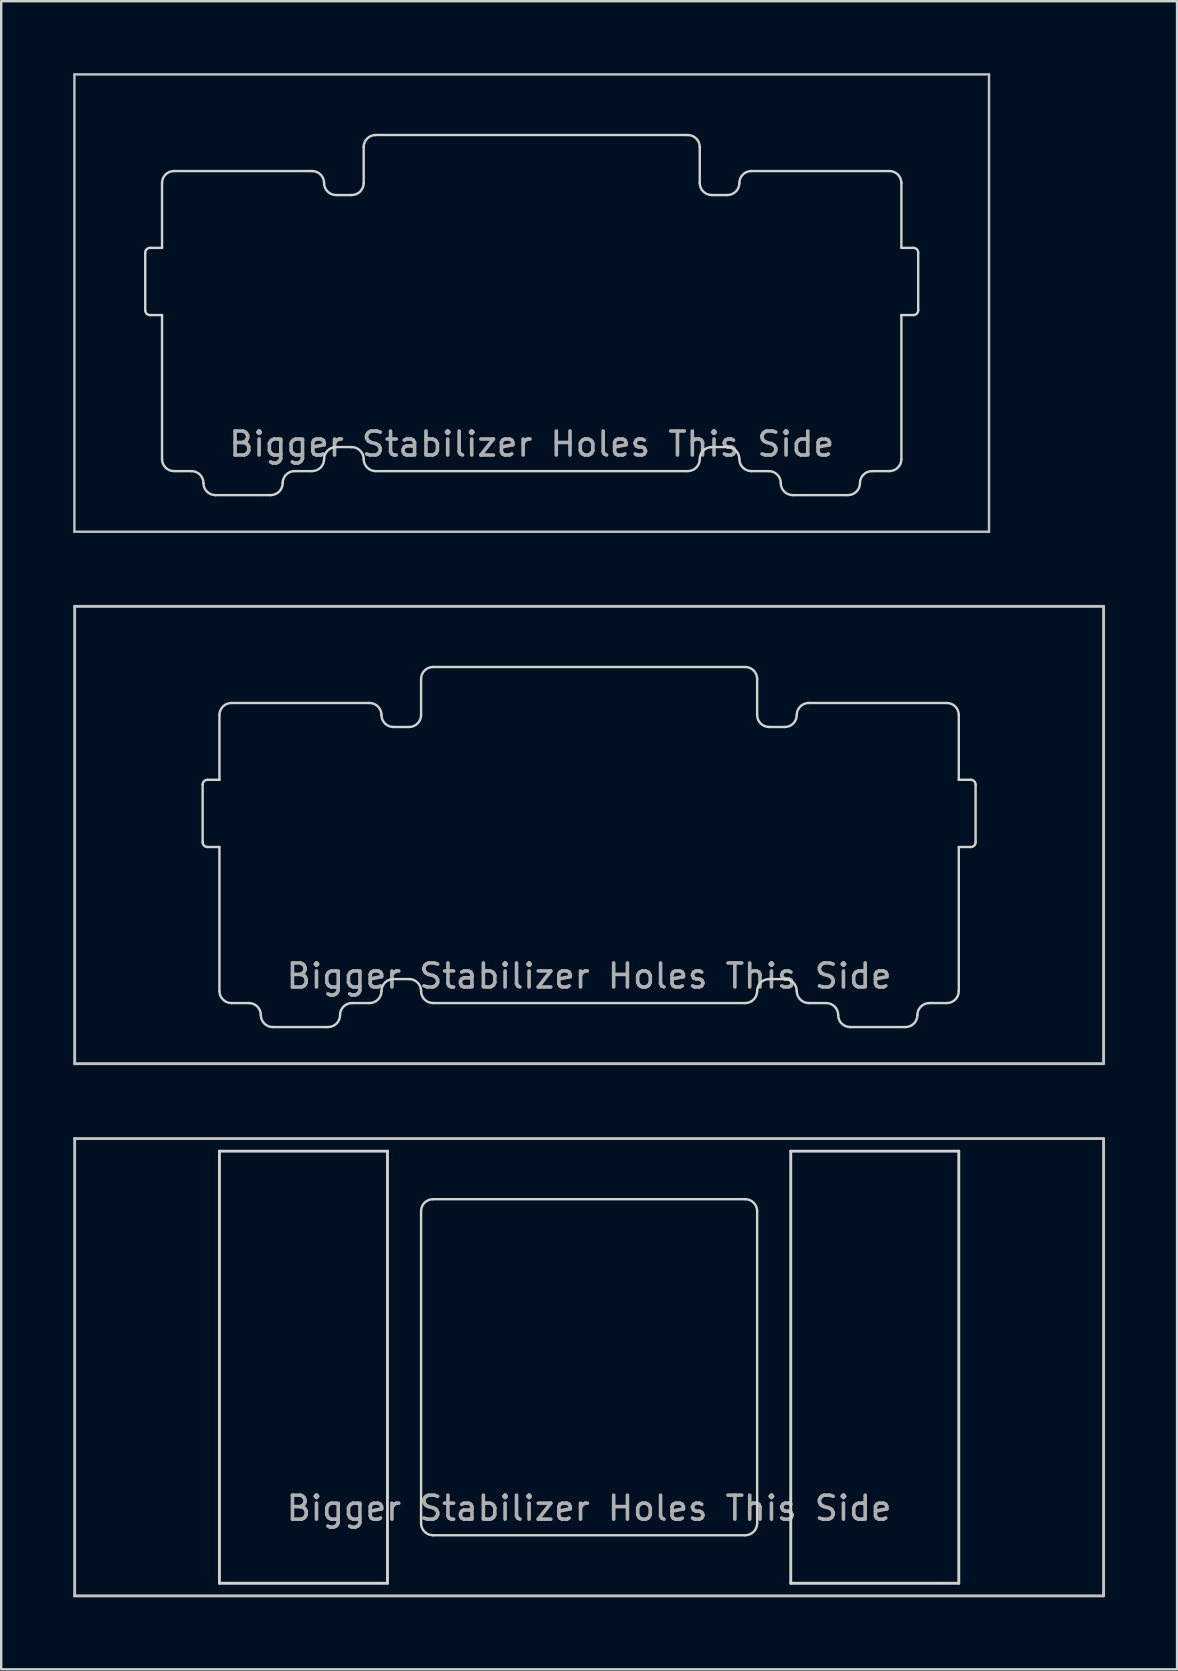
<source format=kicad_pcb>
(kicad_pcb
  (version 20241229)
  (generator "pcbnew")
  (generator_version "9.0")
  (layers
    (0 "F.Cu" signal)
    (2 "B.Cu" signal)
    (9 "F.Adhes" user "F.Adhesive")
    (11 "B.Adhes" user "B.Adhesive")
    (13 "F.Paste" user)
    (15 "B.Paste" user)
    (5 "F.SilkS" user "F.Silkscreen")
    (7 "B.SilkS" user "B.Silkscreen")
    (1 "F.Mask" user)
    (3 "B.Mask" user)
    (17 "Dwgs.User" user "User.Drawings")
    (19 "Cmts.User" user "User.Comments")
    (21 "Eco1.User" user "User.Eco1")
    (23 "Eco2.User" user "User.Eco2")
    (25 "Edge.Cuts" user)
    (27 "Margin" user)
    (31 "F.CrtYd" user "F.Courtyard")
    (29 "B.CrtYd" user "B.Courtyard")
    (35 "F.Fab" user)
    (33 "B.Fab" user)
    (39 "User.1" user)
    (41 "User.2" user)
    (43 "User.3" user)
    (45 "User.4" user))
  (footprint "mx_top_plate_2.25u"
    (layer "F.Cu")
    (at 21.491 31.735)
    (property "Reference" "mx_top_plate_2.25u" (at 0 2.381 0) (layer "Eco1.User") (effects (font (size 1 1) (thickness 0.15))))
    (attr through_hole)
    (fp_line (start -21.431 -9.525) (end 21.431 -9.525) (stroke (width 0.12) (type solid)) (layer "Dwgs.User"))
    (fp_line (start -21.431 9.525) (end -21.431 -9.525) (stroke (width 0.12) (type solid)) (layer "Dwgs.User"))
    (fp_line (start 21.431 -9.525) (end 21.431 9.525) (stroke (width 0.12) (type solid)) (layer "Dwgs.User"))
    (fp_line (start 21.431 9.525) (end -21.431 9.525) (stroke (width 0.12) (type solid)) (layer "Dwgs.User"))
    (fp_line (start -0.000001 -0.000013) (end -0.5 -0.000013) (stroke (width 0.12) (type solid)) (layer "Eco1.User"))
    (fp_line (start -0.000001 -0.000013) (end -0.000001 -0.5) (stroke (width 0.12) (type solid)) (layer "Eco1.User"))
    (fp_line (start -0.000001 -0.000013) (end -0.000001 0.5) (stroke (width 0.12) (type solid)) (layer "Eco1.User"))
    (fp_line (start -0.000001 -0.000013) (end 0.5 -0.000013) (stroke (width 0.12) (type solid)) (layer "Eco1.User"))
    (fp_line (start -16.1 -2.1) (end -16.1 0.3) (stroke (width 0.1) (type solid)) (layer "Edge.Cuts"))
    (fp_line (start -15.9 -2.3) (end -15.4 -2.3) (stroke (width 0.1) (type solid)) (layer "Edge.Cuts"))
    (fp_line (start -15.9 0.5) (end -15.4 0.5) (stroke (width 0.1) (type solid)) (layer "Edge.Cuts"))
    (fp_line (start -15.4 -5) (end -15.4 -2.3) (stroke (width 0.1) (type solid)) (layer "Edge.Cuts"))
    (fp_line (start -15.4 0.5) (end -15.4 6.5) (stroke (width 0.1) (type solid)) (layer "Edge.Cuts"))
    (fp_line (start -14.9 -5.5) (end -9.15 -5.5) (stroke (width 0.1) (type solid)) (layer "Edge.Cuts"))
    (fp_line (start -14.9 7) (end -14.175 7) (stroke (width 0.1) (type solid)) (layer "Edge.Cuts"))
    (fp_line (start -13.175 8) (end -10.875 8) (stroke (width 0.1) (type solid)) (layer "Edge.Cuts"))
    (fp_line (start -9.875 7) (end -9.15 7) (stroke (width 0.1) (type solid)) (layer "Edge.Cuts"))
    (fp_line (start -8.15 -4.5) (end -7.5 -4.5) (stroke (width 0.1) (type solid)) (layer "Edge.Cuts"))
    (fp_line (start -8.15 6) (end -7.5 6) (stroke (width 0.1) (type solid)) (layer "Edge.Cuts"))
    (fp_line (start -7 -6.5) (end -7 -5) (stroke (width 0.1) (type solid)) (layer "Edge.Cuts"))
    (fp_line (start -6.5 -7) (end 6.5 -7) (stroke (width 0.1) (type solid)) (layer "Edge.Cuts"))
    (fp_line (start -6.5 7) (end 6.5 7) (stroke (width 0.1) (type solid)) (layer "Edge.Cuts"))
    (fp_line (start 7 -6.5) (end 7 -5) (stroke (width 0.1) (type solid)) (layer "Edge.Cuts"))
    (fp_line (start 8.15 -4.5) (end 7.5 -4.5) (stroke (width 0.1) (type solid)) (layer "Edge.Cuts"))
    (fp_line (start 8.15 6) (end 7.5 6) (stroke (width 0.1) (type solid)) (layer "Edge.Cuts"))
    (fp_line (start 9.875 7) (end 9.15 7) (stroke (width 0.1) (type solid)) (layer "Edge.Cuts"))
    (fp_line (start 13.175 8) (end 10.875 8) (stroke (width 0.1) (type solid)) (layer "Edge.Cuts"))
    (fp_line (start 14.9 -5.5) (end 9.15 -5.5) (stroke (width 0.1) (type solid)) (layer "Edge.Cuts"))
    (fp_line (start 14.9 7) (end 14.175 7) (stroke (width 0.1) (type solid)) (layer "Edge.Cuts"))
    (fp_line (start 15.4 -5) (end 15.4 -2.3) (stroke (width 0.1) (type solid)) (layer "Edge.Cuts"))
    (fp_line (start 15.4 0.5) (end 15.4 6.5) (stroke (width 0.1) (type solid)) (layer "Edge.Cuts"))
    (fp_line (start 15.9 -2.3) (end 15.4 -2.3) (stroke (width 0.1) (type solid)) (layer "Edge.Cuts"))
    (fp_line (start 15.9 0.5) (end 15.4 0.5) (stroke (width 0.1) (type solid)) (layer "Edge.Cuts"))
    (fp_line (start 16.1 -2.1) (end 16.1 0.3) (stroke (width 0.1) (type solid)) (layer "Edge.Cuts"))
    (fp_arc (start -16.100001 -2.100013) (mid -16.041422 -2.241434) (end -15.900001 -2.300013) (stroke (width 0.1) (type solid)) (layer "Edge.Cuts"))
    (fp_arc (start -15.900001 0.499987) (mid -16.041422 0.441408) (end -16.100001 0.299987) (stroke (width 0.1) (type solid)) (layer "Edge.Cuts"))
    (fp_arc (start -15.400001 -5.000013) (mid -15.253554 -5.353566) (end -14.900001 -5.500013) (stroke (width 0.1) (type solid)) (layer "Edge.Cuts"))
    (fp_arc (start -14.900001 6.999987) (mid -15.253554 6.85354) (end -15.400001 6.499987) (stroke (width 0.1) (type solid)) (layer "Edge.Cuts"))
    (fp_arc (start -14.175001 6.999987) (mid -13.821448 7.146434) (end -13.675001 7.499987) (stroke (width 0.1) (type solid)) (layer "Edge.Cuts"))
    (fp_arc (start -13.175001 7.999987) (mid -13.528554 7.85354) (end -13.675001 7.499987) (stroke (width 0.1) (type solid)) (layer "Edge.Cuts"))
    (fp_arc (start -10.375001 7.499987) (mid -10.521448 7.85354) (end -10.875001 7.999987) (stroke (width 0.1) (type solid)) (layer "Edge.Cuts"))
    (fp_arc (start -10.375001 7.499987) (mid -10.228554 7.146434) (end -9.875001 6.999987) (stroke (width 0.1) (type solid)) (layer "Edge.Cuts"))
    (fp_arc (start -9.150001 -5.500013) (mid -8.796448 -5.353566) (end -8.650001 -5.000013) (stroke (width 0.1) (type solid)) (layer "Edge.Cuts"))
    (fp_arc (start -8.650001 6.499987) (mid -8.796448 6.85354) (end -9.150001 6.999987) (stroke (width 0.1) (type solid)) (layer "Edge.Cuts"))
    (fp_arc (start -8.650001 6.499987) (mid -8.503554 6.146434) (end -8.150001 5.999987) (stroke (width 0.1) (type solid)) (layer "Edge.Cuts"))
    (fp_arc (start -8.150001 -4.500013) (mid -8.503554 -4.64646) (end -8.650001 -5.000013) (stroke (width 0.1) (type solid)) (layer "Edge.Cuts"))
    (fp_arc (start -7.500001 5.999987) (mid -7.146448 6.146434) (end -7.000001 6.499987) (stroke (width 0.1) (type solid)) (layer "Edge.Cuts"))
    (fp_arc (start -7.000001 -6.500013) (mid -6.853554 -6.853566) (end -6.500001 -7.000013) (stroke (width 0.1) (type solid)) (layer "Edge.Cuts"))
    (fp_arc (start -7.000001 -5.000013) (mid -7.146448 -4.64646) (end -7.500001 -4.500013) (stroke (width 0.1) (type solid)) (layer "Edge.Cuts"))
    (fp_arc (start -6.500001 6.999987) (mid -6.853554 6.85354) (end -7.000001 6.499987) (stroke (width 0.1) (type solid)) (layer "Edge.Cuts"))
    (fp_arc (start 6.499999 -7.000013) (mid 6.853552 -6.853566) (end 6.999999 -6.500013) (stroke (width 0.1) (type solid)) (layer "Edge.Cuts"))
    (fp_arc (start 6.999999 6.499987) (mid 6.853552 6.85354) (end 6.499999 6.999987) (stroke (width 0.1) (type solid)) (layer "Edge.Cuts"))
    (fp_arc (start 6.999999 6.499987) (mid 7.146446 6.146434) (end 7.499999 5.999987) (stroke (width 0.1) (type solid)) (layer "Edge.Cuts"))
    (fp_arc (start 7.499999 -4.500013) (mid 7.146446 -4.64646) (end 6.999999 -5.000013) (stroke (width 0.1) (type solid)) (layer "Edge.Cuts"))
    (fp_arc (start 8.149999 5.999987) (mid 8.503552 6.146434) (end 8.649999 6.499987) (stroke (width 0.1) (type solid)) (layer "Edge.Cuts"))
    (fp_arc (start 8.649999 -5.000013) (mid 8.503552 -4.64646) (end 8.149999 -4.500013) (stroke (width 0.1) (type solid)) (layer "Edge.Cuts"))
    (fp_arc (start 8.649999 -5.000013) (mid 8.796446 -5.353566) (end 9.149999 -5.500013) (stroke (width 0.1) (type solid)) (layer "Edge.Cuts"))
    (fp_arc (start 9.149999 6.999987) (mid 8.796446 6.85354) (end 8.649999 6.499987) (stroke (width 0.1) (type solid)) (layer "Edge.Cuts"))
    (fp_arc (start 9.874999 6.999987) (mid 10.228552 7.146434) (end 10.374999 7.499987) (stroke (width 0.1) (type solid)) (layer "Edge.Cuts"))
    (fp_arc (start 10.874999 7.999987) (mid 10.521446 7.85354) (end 10.374999 7.499987) (stroke (width 0.1) (type solid)) (layer "Edge.Cuts"))
    (fp_arc (start 13.674999 7.499987) (mid 13.528552 7.85354) (end 13.174999 7.999987) (stroke (width 0.1) (type solid)) (layer "Edge.Cuts"))
    (fp_arc (start 13.674999 7.499987) (mid 13.821446 7.146434) (end 14.174999 6.999987) (stroke (width 0.1) (type solid)) (layer "Edge.Cuts"))
    (fp_arc (start 14.899999 -5.500013) (mid 15.253552 -5.353566) (end 15.399999 -5.000013) (stroke (width 0.1) (type solid)) (layer "Edge.Cuts"))
    (fp_arc (start 15.399999 6.499987) (mid 15.253552 6.85354) (end 14.899999 6.999987) (stroke (width 0.1) (type solid)) (layer "Edge.Cuts"))
    (fp_arc (start 15.899999 -2.300013) (mid 16.04142 -2.241434) (end 16.099999 -2.100013) (stroke (width 0.1) (type solid)) (layer "Edge.Cuts"))
    (fp_arc (start 16.099999 0.299987) (mid 16.04142 0.441408) (end 15.899999 0.499987) (stroke (width 0.1) (type solid)) (layer "Edge.Cuts"))
    (fp_text user "Bigger Stabilizer Holes This Side" (at 0 5.875 0) (unlocked yes) (layer "F.Fab") (effects (font (size 1 1) (thickness 0.15)))))
  (footprint "mx_top_plate_2.25u_pcb_mount"
    (layer "F.Cu")
    (at 21.491 53.905)
    (property "Reference" "mx_top_plate_2.25u_pcb_mount" (at 0 2.381 0) (layer "Eco1.User") (effects (font (size 1 1) (thickness 0.15))))
    (attr through_hole)
    (fp_line (start -21.431 -9.525) (end 21.431 -9.525) (stroke (width 0.12) (type solid)) (layer "Dwgs.User"))
    (fp_line (start -21.431 9.525) (end -21.431 -9.525) (stroke (width 0.12) (type solid)) (layer "Dwgs.User"))
    (fp_line (start 21.431 -9.525) (end 21.431 9.525) (stroke (width 0.12) (type solid)) (layer "Dwgs.User"))
    (fp_line (start 21.431 9.525) (end -21.431 9.525) (stroke (width 0.12) (type solid)) (layer "Dwgs.User"))
    (fp_line (start -0.000001 -0.000013) (end -0.5 -0.000013) (stroke (width 0.12) (type solid)) (layer "Eco1.User"))
    (fp_line (start -0.000001 -0.000013) (end -0.000001 -0.5) (stroke (width 0.12) (type solid)) (layer "Eco1.User"))
    (fp_line (start -0.000001 -0.000013) (end -0.000001 0.5) (stroke (width 0.12) (type solid)) (layer "Eco1.User"))
    (fp_line (start -0.000001 -0.000013) (end 0.5 -0.000013) (stroke (width 0.12) (type solid)) (layer "Eco1.User"))
    (fp_line (start -15.4 -9) (end -8.4 -9) (stroke (width 0.12) (type default)) (layer "Edge.Cuts"))
    (fp_line (start -15.4 9) (end -15.4 -9) (stroke (width 0.12) (type default)) (layer "Edge.Cuts"))
    (fp_line (start -8.4 -9) (end -8.4 9) (stroke (width 0.12) (type default)) (layer "Edge.Cuts"))
    (fp_line (start -8.4 9) (end -15.4 9) (stroke (width 0.12) (type default)) (layer "Edge.Cuts"))
    (fp_line (start -7 -6.491) (end -7 6.5) (stroke (width 0.1) (type solid)) (layer "Edge.Cuts"))
    (fp_line (start -6.5 -7) (end 6.5 -7) (stroke (width 0.1) (type solid)) (layer "Edge.Cuts"))
    (fp_line (start -6.5 7) (end 6.5 7) (stroke (width 0.1) (type solid)) (layer "Edge.Cuts"))
    (fp_line (start 7 -6.491) (end 7 6.509) (stroke (width 0.1) (type solid)) (layer "Edge.Cuts"))
    (fp_line (start 8.4 -9) (end 15.4 -9) (stroke (width 0.12) (type default)) (layer "Edge.Cuts"))
    (fp_line (start 8.4 9) (end 8.4 -9) (stroke (width 0.12) (type default)) (layer "Edge.Cuts"))
    (fp_line (start 15.4 -9) (end 15.4 9) (stroke (width 0.12) (type default)) (layer "Edge.Cuts"))
    (fp_line (start 15.4 9) (end 8.4 9) (stroke (width 0.12) (type default)) (layer "Edge.Cuts"))
    (fp_arc (start -7 -6.5) (mid -6.853553 -6.853553) (end -6.5 -7) (stroke (width 0.1) (type solid)) (layer "Edge.Cuts"))
    (fp_arc (start -6.5 7) (mid -6.853553 6.853553) (end -7 6.5) (stroke (width 0.1) (type solid)) (layer "Edge.Cuts"))
    (fp_arc (start 6.5 -7) (mid 6.853553 -6.853553) (end 7 -6.5) (stroke (width 0.1) (type solid)) (layer "Edge.Cuts"))
    (fp_arc (start 7 6.5) (mid 6.853553 6.853553) (end 6.5 7) (stroke (width 0.1) (type solid)) (layer "Edge.Cuts"))
    (fp_text user "Bigger Stabilizer Holes This Side" (at 0 5.875 0) (unlocked yes) (layer "F.Fab") (effects (font (size 1 1) (thickness 0.15)))))
  (footprint "mx_top_plate_2.00u_plate_mount"
    (layer "F.Cu")
    (at 19.1 9.575)
    (property "Reference" "mx_top_plate_2.00u_plate_mount" (at 0 2.381 0) (layer "Eco1.User") (effects (font (size 1 1) (thickness 0.15))))
    (attr through_hole)
    (fp_line (start -19.05 -9.525) (end 19.05 -9.525) (stroke (width 0.1) (type solid)) (layer "Dwgs.User"))
    (fp_line (start -19.05 9.525) (end -19.05 -9.525) (stroke (width 0.1) (type solid)) (layer "Dwgs.User"))
    (fp_line (start 19.05 -9.525) (end 19.05 9.525) (stroke (width 0.1) (type solid)) (layer "Dwgs.User"))
    (fp_line (start 19.05 9.525) (end -19.05 9.525) (stroke (width 0.1) (type solid)) (layer "Dwgs.User"))
    (fp_line (start 0 0) (end -0.5 0) (stroke (width 0.1) (type solid)) (layer "Eco1.User"))
    (fp_line (start 0 0) (end 0 -0.5) (stroke (width 0.1) (type solid)) (layer "Eco1.User"))
    (fp_line (start 0 0) (end 0 0.5) (stroke (width 0.1) (type solid)) (layer "Eco1.User"))
    (fp_line (start 0 0) (end 0.5 0) (stroke (width 0.1) (type solid)) (layer "Eco1.User"))
    (fp_line (start -16.1 -2.1) (end -16.1 0.3) (stroke (width 0.1) (type solid)) (layer "Edge.Cuts"))
    (fp_line (start -15.9 -2.3) (end -15.4 -2.3) (stroke (width 0.1) (type solid)) (layer "Edge.Cuts"))
    (fp_line (start -15.9 0.5) (end -15.4 0.5) (stroke (width 0.1) (type solid)) (layer "Edge.Cuts"))
    (fp_line (start -15.4 -5) (end -15.4 -2.3) (stroke (width 0.1) (type solid)) (layer "Edge.Cuts"))
    (fp_line (start -15.4 0.5) (end -15.4 6.5) (stroke (width 0.1) (type solid)) (layer "Edge.Cuts"))
    (fp_line (start -14.9 -5.5) (end -9.15 -5.5) (stroke (width 0.1) (type solid)) (layer "Edge.Cuts"))
    (fp_line (start -14.9 7) (end -14.175 7) (stroke (width 0.1) (type solid)) (layer "Edge.Cuts"))
    (fp_line (start -13.175 8) (end -10.875 8) (stroke (width 0.1) (type solid)) (layer "Edge.Cuts"))
    (fp_line (start -9.875 7) (end -9.15 7) (stroke (width 0.1) (type solid)) (layer "Edge.Cuts"))
    (fp_line (start -8.15 -4.5) (end -7.5 -4.5) (stroke (width 0.1) (type solid)) (layer "Edge.Cuts"))
    (fp_line (start -8.15 6) (end -7.5 6) (stroke (width 0.1) (type solid)) (layer "Edge.Cuts"))
    (fp_line (start -7 -6.5) (end -7 -5) (stroke (width 0.1) (type solid)) (layer "Edge.Cuts"))
    (fp_line (start -6.5 -7) (end 6.5 -7) (stroke (width 0.1) (type solid)) (layer "Edge.Cuts"))
    (fp_line (start -6.5 7) (end 6.5 7) (stroke (width 0.1) (type solid)) (layer "Edge.Cuts"))
    (fp_line (start 7 -6.5) (end 7 -5) (stroke (width 0.1) (type solid)) (layer "Edge.Cuts"))
    (fp_line (start 8.15 -4.5) (end 7.5 -4.5) (stroke (width 0.1) (type solid)) (layer "Edge.Cuts"))
    (fp_line (start 8.15 6) (end 7.5 6) (stroke (width 0.1) (type solid)) (layer "Edge.Cuts"))
    (fp_line (start 9.875 7) (end 9.15 7) (stroke (width 0.1) (type solid)) (layer "Edge.Cuts"))
    (fp_line (start 13.175 8) (end 10.875 8) (stroke (width 0.1) (type solid)) (layer "Edge.Cuts"))
    (fp_line (start 14.9 -5.5) (end 9.15 -5.5) (stroke (width 0.1) (type solid)) (layer "Edge.Cuts"))
    (fp_line (start 14.9 7) (end 14.175 7) (stroke (width 0.1) (type solid)) (layer "Edge.Cuts"))
    (fp_line (start 15.4 -5) (end 15.4 -2.3) (stroke (width 0.1) (type solid)) (layer "Edge.Cuts"))
    (fp_line (start 15.4 0.5) (end 15.4 6.5) (stroke (width 0.1) (type solid)) (layer "Edge.Cuts"))
    (fp_line (start 15.9 -2.3) (end 15.4 -2.3) (stroke (width 0.1) (type solid)) (layer "Edge.Cuts"))
    (fp_line (start 15.9 0.5) (end 15.4 0.5) (stroke (width 0.1) (type solid)) (layer "Edge.Cuts"))
    (fp_line (start 16.1 -2.1) (end 16.1 0.3) (stroke (width 0.1) (type solid)) (layer "Edge.Cuts"))
    (fp_arc (start -16.1 -2.1) (mid -16.041421 -2.241421) (end -15.9 -2.3) (stroke (width 0.1) (type solid)) (layer "Edge.Cuts"))
    (fp_arc (start -15.9 0.5) (mid -16.041421 0.441421) (end -16.1 0.3) (stroke (width 0.1) (type solid)) (layer "Edge.Cuts"))
    (fp_arc (start -15.4 -5) (mid -15.253553 -5.353553) (end -14.9 -5.5) (stroke (width 0.1) (type solid)) (layer "Edge.Cuts"))
    (fp_arc (start -14.9 7) (mid -15.253553 6.853553) (end -15.4 6.5) (stroke (width 0.1) (type solid)) (layer "Edge.Cuts"))
    (fp_arc (start -14.175 7) (mid -13.821447 7.146447) (end -13.675 7.5) (stroke (width 0.1) (type solid)) (layer "Edge.Cuts"))
    (fp_arc (start -13.175 8) (mid -13.528553 7.853553) (end -13.675 7.5) (stroke (width 0.1) (type solid)) (layer "Edge.Cuts"))
    (fp_arc (start -10.375 7.5) (mid -10.521447 7.853553) (end -10.875 8) (stroke (width 0.1) (type solid)) (layer "Edge.Cuts"))
    (fp_arc (start -10.375 7.5) (mid -10.228553 7.146447) (end -9.875 7) (stroke (width 0.1) (type solid)) (layer "Edge.Cuts"))
    (fp_arc (start -9.15 -5.5) (mid -8.796447 -5.353553) (end -8.65 -5) (stroke (width 0.1) (type solid)) (layer "Edge.Cuts"))
    (fp_arc (start -8.65 6.5) (mid -8.796447 6.853553) (end -9.15 7) (stroke (width 0.1) (type solid)) (layer "Edge.Cuts"))
    (fp_arc (start -8.65 6.5) (mid -8.503553 6.146447) (end -8.15 6) (stroke (width 0.1) (type solid)) (layer "Edge.Cuts"))
    (fp_arc (start -8.15 -4.5) (mid -8.503553 -4.646447) (end -8.65 -5) (stroke (width 0.1) (type solid)) (layer "Edge.Cuts"))
    (fp_arc (start -7.5 6) (mid -7.146447 6.146447) (end -7 6.5) (stroke (width 0.1) (type solid)) (layer "Edge.Cuts"))
    (fp_arc (start -7 -6.5) (mid -6.853553 -6.853553) (end -6.5 -7) (stroke (width 0.1) (type solid)) (layer "Edge.Cuts"))
    (fp_arc (start -7 -5) (mid -7.146447 -4.646447) (end -7.5 -4.5) (stroke (width 0.1) (type solid)) (layer "Edge.Cuts"))
    (fp_arc (start -6.5 7) (mid -6.853553 6.853553) (end -7 6.5) (stroke (width 0.1) (type solid)) (layer "Edge.Cuts"))
    (fp_arc (start 6.5 -7) (mid 6.853553 -6.853553) (end 7 -6.5) (stroke (width 0.1) (type solid)) (layer "Edge.Cuts"))
    (fp_arc (start 7 6.5) (mid 6.853553 6.853553) (end 6.5 7) (stroke (width 0.1) (type solid)) (layer "Edge.Cuts"))
    (fp_arc (start 7 6.5) (mid 7.146447 6.146447) (end 7.5 6) (stroke (width 0.1) (type solid)) (layer "Edge.Cuts"))
    (fp_arc (start 7.5 -4.5) (mid 7.146447 -4.646447) (end 7 -5) (stroke (width 0.1) (type solid)) (layer "Edge.Cuts"))
    (fp_arc (start 8.15 6) (mid 8.503553 6.146447) (end 8.65 6.5) (stroke (width 0.1) (type solid)) (layer "Edge.Cuts"))
    (fp_arc (start 8.65 -5) (mid 8.503553 -4.646447) (end 8.15 -4.5) (stroke (width 0.1) (type solid)) (layer "Edge.Cuts"))
    (fp_arc (start 8.65 -5) (mid 8.796447 -5.353553) (end 9.15 -5.5) (stroke (width 0.1) (type solid)) (layer "Edge.Cuts"))
    (fp_arc (start 9.15 7) (mid 8.796447 6.853553) (end 8.65 6.5) (stroke (width 0.1) (type solid)) (layer "Edge.Cuts"))
    (fp_arc (start 9.875 7) (mid 10.228553 7.146447) (end 10.375 7.5) (stroke (width 0.1) (type solid)) (layer "Edge.Cuts"))
    (fp_arc (start 10.875 8) (mid 10.521447 7.853553) (end 10.375 7.5) (stroke (width 0.1) (type solid)) (layer "Edge.Cuts"))
    (fp_arc (start 13.675 7.5) (mid 13.528553 7.853553) (end 13.175 8) (stroke (width 0.1) (type solid)) (layer "Edge.Cuts"))
    (fp_arc (start 13.675 7.5) (mid 13.821447 7.146447) (end 14.175 7) (stroke (width 0.1) (type solid)) (layer "Edge.Cuts"))
    (fp_arc (start 14.9 -5.5) (mid 15.253553 -5.353553) (end 15.4 -5) (stroke (width 0.1) (type solid)) (layer "Edge.Cuts"))
    (fp_arc (start 15.4 6.5) (mid 15.253553 6.853553) (end 14.9 7) (stroke (width 0.1) (type solid)) (layer "Edge.Cuts"))
    (fp_arc (start 15.9 -2.3) (mid 16.041421 -2.241421) (end 16.1 -2.1) (stroke (width 0.1) (type solid)) (layer "Edge.Cuts"))
    (fp_arc (start 16.1 0.3) (mid 16.041421 0.441421) (end 15.9 0.5) (stroke (width 0.1) (type solid)) (layer "Edge.Cuts"))
    (fp_text user "Bigger Stabilizer Holes This Side" (at 0 5.875 0) (unlocked yes) (layer "F.Fab") (effects (font (size 1 1) (thickness 0.15)))))
  (gr_rect
    (start -3 -3)
    (end 45.983 66.49)
    (stroke (width 0.1) (type default))
    (fill no)
    (layer "Edge.Cuts")))
</source>
